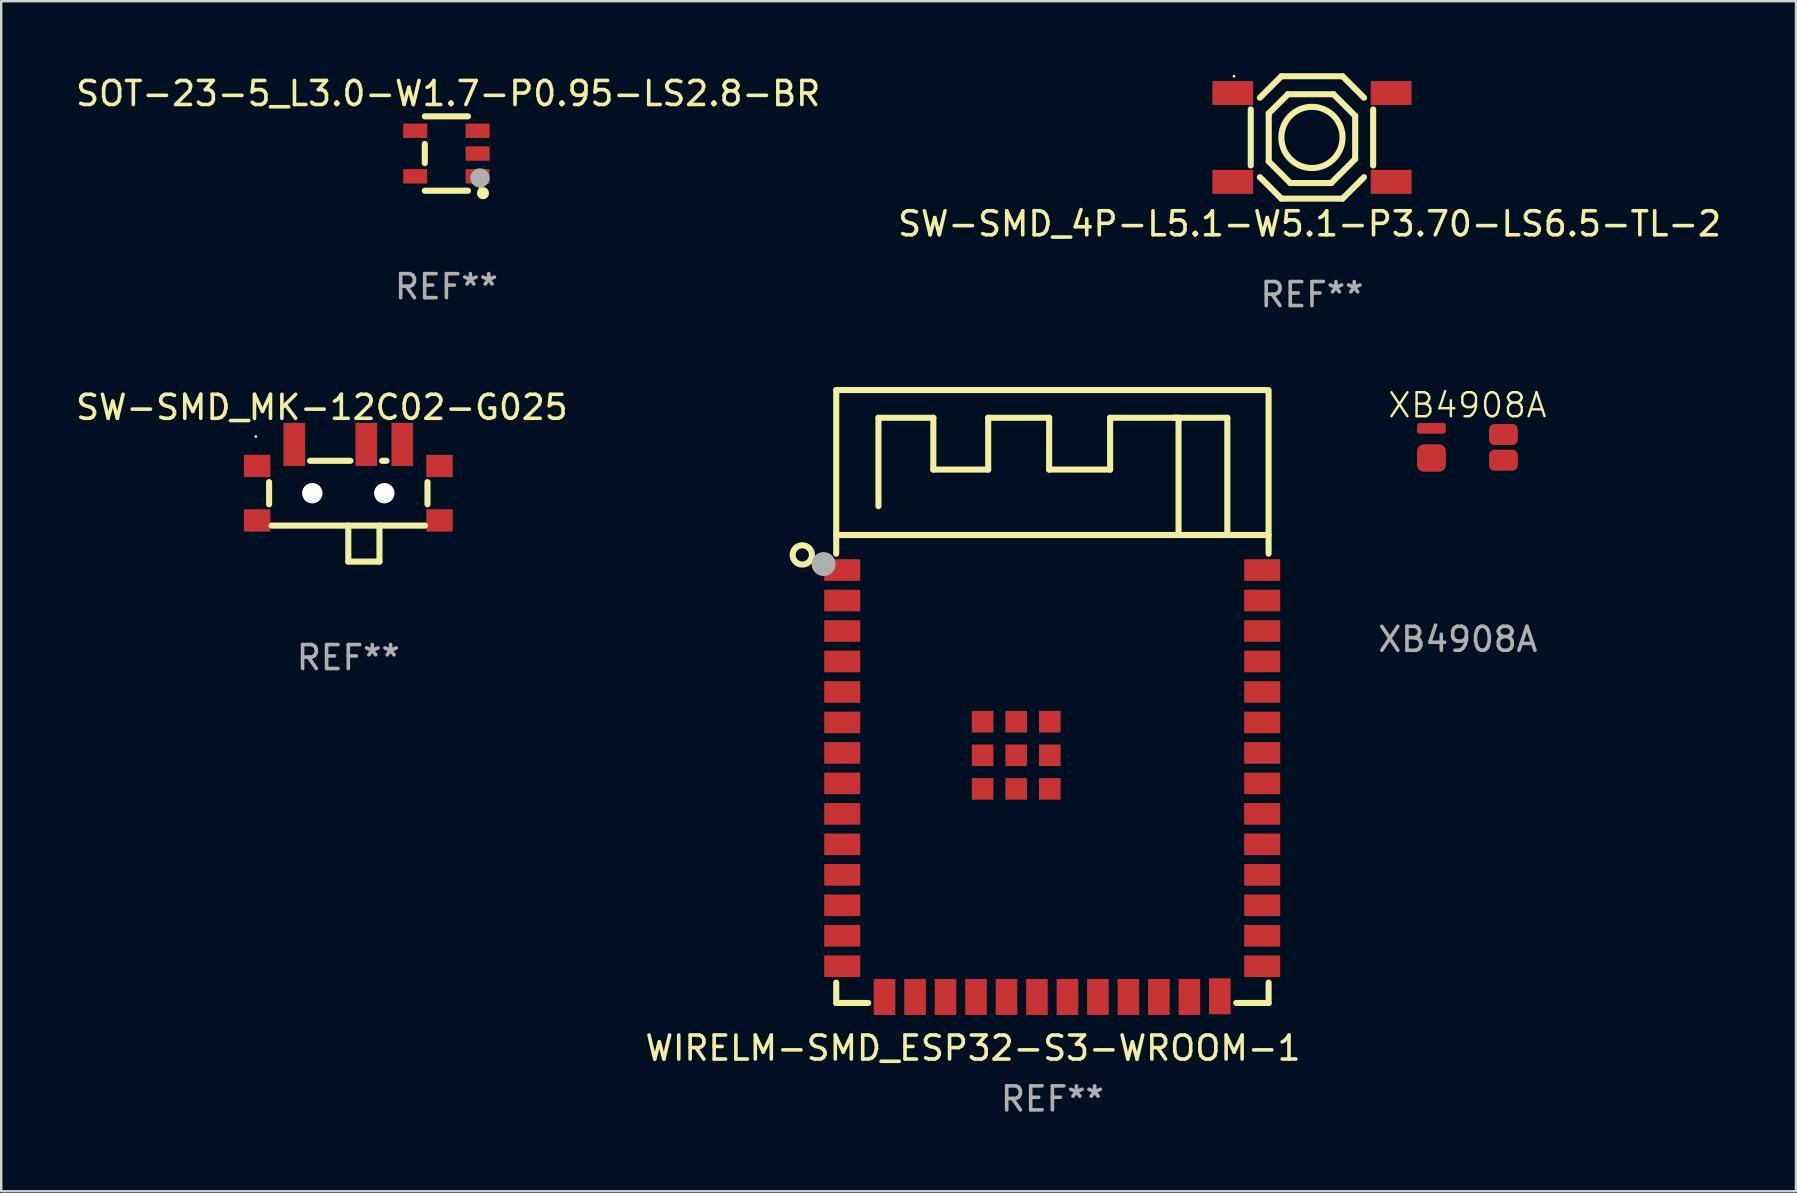
<source format=kicad_pcb>
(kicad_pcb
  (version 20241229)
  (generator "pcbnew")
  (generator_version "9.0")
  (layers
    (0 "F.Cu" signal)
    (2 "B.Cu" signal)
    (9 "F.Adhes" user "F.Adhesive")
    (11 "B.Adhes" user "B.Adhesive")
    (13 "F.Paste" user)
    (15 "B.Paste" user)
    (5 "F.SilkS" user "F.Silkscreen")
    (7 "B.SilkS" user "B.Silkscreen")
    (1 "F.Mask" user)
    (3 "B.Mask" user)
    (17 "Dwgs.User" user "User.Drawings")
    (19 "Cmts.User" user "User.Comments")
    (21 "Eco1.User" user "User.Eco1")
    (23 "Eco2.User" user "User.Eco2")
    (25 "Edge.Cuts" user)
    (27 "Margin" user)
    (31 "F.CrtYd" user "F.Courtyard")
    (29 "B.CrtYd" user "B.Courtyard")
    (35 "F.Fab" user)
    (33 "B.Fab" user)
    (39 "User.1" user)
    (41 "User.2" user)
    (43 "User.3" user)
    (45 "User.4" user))
  (footprint "SW-SMD_MK-12C02-G025"
    (layer "F.Cu")
    (at 11.463 17.053)
    (property "Reference" "SW-SMD_MK-12C02-G025" (at -1.1 -3.129 0) (layer "F.SilkS") (effects (font (size 1 1) (thickness 0.15))))
    (attr through_hole)
    (fp_line (start -3.3 0.91) (end -3.3 -0.014) (stroke (width 0.254) (type solid)) (layer "F.SilkS"))
    (fp_line (start -0.000127 3.298) (end -0.000127 1.798) (stroke (width 0.254) (type solid)) (layer "F.SilkS"))
    (fp_line (start 0.092 -0.902) (end -1.592 -0.902) (stroke (width 0.254) (type solid)) (layer "F.SilkS"))
    (fp_line (start 1.3 1.798) (end 1.3 3.298) (stroke (width 0.254) (type solid)) (layer "F.SilkS"))
    (fp_line (start 1.3 3.298) (end -0.000127 3.298) (stroke (width 0.254) (type solid)) (layer "F.SilkS"))
    (fp_line (start 1.592 -0.902) (end 1.408 -0.902) (stroke (width 0.254) (type solid)) (layer "F.SilkS"))
    (fp_line (start 3.2 1.798) (end -3.2 1.798) (stroke (width 0.254) (type solid)) (layer "F.SilkS"))
    (fp_line (start 3.3 0.91) (end 3.3 -0.014) (stroke (width 0.254) (type solid)) (layer "F.SilkS"))
    (fp_circle (center -3.853 -1.913) (end -3.823 -1.913) (stroke (width 0.06) (type solid)) (fill no) (layer "F.SilkS"))
    (fp_circle (center -1.5 0.448) (end -1.3 0.448) (stroke (width 0.4) (type solid)) (fill no) (layer "F.Fab"))
    (fp_circle (center 1.5 0.448) (end 1.7 0.448) (stroke (width 0.4) (type solid)) (fill no) (layer "F.Fab"))
    (fp_text user "REF**" (at 0 7.298 0) (layer "F.Fab") (effects (font (size 1 1) (thickness 0.15))))
    (pad "" np_thru_hole circle (at -1.5 0.448) (size 0.85 0.85) (drill 0.85) (layers "*.Cu" "*.Mask"))
    (pad "" np_thru_hole circle (at 1.5 0.448) (size 0.85 0.85) (drill 0.85) (layers "*.Cu" "*.Mask"))
    (pad "1" smd rect (at -2.25 -1.583) (size 0.9 1.8) (layers "F.Cu" "F.Mask" "F.Paste"))
    (pad "2" smd rect (at 0.75 -1.583) (size 0.9 1.8) (layers "F.Cu" "F.Mask" "F.Paste"))
    (pad "3" smd rect (at 2.25 -1.583) (size 0.9 1.8) (layers "F.Cu" "F.Mask" "F.Paste"))
    (pad "4" smd rect (at 3.8 -0.687) (size 1.1 0.93) (layers "F.Cu" "F.Mask" "F.Paste"))
    (pad "5" smd rect (at 3.8 1.583) (size 1.1 0.93) (layers "F.Cu" "F.Mask" "F.Paste"))
    (pad "6" smd rect (at -3.8 1.583) (size 1.1 0.93) (layers "F.Cu" "F.Mask" "F.Paste"))
    (pad "7" smd rect (at -3.8 -0.687) (size 1.1 0.93) (layers "F.Cu" "F.Mask" "F.Paste")))
  (footprint "WIRELM-SMD_ESP32-S3-WROOM-1"
    (layer "F.Cu")
    (at 40.794 29.598)
    (property "Reference" "WIRELM-SMD_ESP32-S3-WROOM-1" (at -3.3 11.025 0) (layer "F.SilkS") (effects (font (size 1 1) (thickness 0.15))))
    (attr through_hole)
    (fp_line (start -9 -16.395) (end -9 -9.576) (stroke (width 0.254) (type solid)) (layer "F.SilkS"))
    (fp_line (start -9 -10.355) (end 9.017 -10.355) (stroke (width 0.254) (type solid)) (layer "F.SilkS"))
    (fp_line (start -9 8.296) (end -9 9.144) (stroke (width 0.254) (type solid)) (layer "F.SilkS"))
    (fp_line (start -9 9.144) (end -7.666 9.144) (stroke (width 0.254) (type solid)) (layer "F.SilkS"))
    (fp_line (start -7.239 -15.24) (end -7.239 -11.557) (stroke (width 0.254) (type solid)) (layer "F.SilkS"))
    (fp_line (start -4.953 -15.24) (end -7.239 -15.24) (stroke (width 0.254) (type solid)) (layer "F.SilkS"))
    (fp_line (start -4.953 -13.081) (end -4.953 -15.24) (stroke (width 0.254) (type solid)) (layer "F.SilkS"))
    (fp_line (start -2.667 -15.24) (end -2.667 -13.081) (stroke (width 0.254) (type solid)) (layer "F.SilkS"))
    (fp_line (start -2.667 -13.081) (end -4.953 -13.081) (stroke (width 0.254) (type solid)) (layer "F.SilkS"))
    (fp_line (start -0.127 -15.24) (end -2.667 -15.24) (stroke (width 0.254) (type solid)) (layer "F.SilkS"))
    (fp_line (start -0.127 -13.081) (end -0.127 -15.24) (stroke (width 0.254) (type solid)) (layer "F.SilkS"))
    (fp_line (start 2.413 -15.24) (end 2.413 -13.081) (stroke (width 0.254) (type solid)) (layer "F.SilkS"))
    (fp_line (start 2.413 -13.081) (end -0.127 -13.081) (stroke (width 0.254) (type solid)) (layer "F.SilkS"))
    (fp_line (start 5.265 -15.24) (end 2.413 -15.24) (stroke (width 0.254) (type solid)) (layer "F.SilkS"))
    (fp_line (start 5.265 -10.355) (end 5.265 -15.24) (stroke (width 0.254) (type solid)) (layer "F.SilkS"))
    (fp_line (start 7.297 -15.24) (end 5.062 -15.24) (stroke (width 0.254) (type solid)) (layer "F.SilkS"))
    (fp_line (start 7.297 -10.355) (end 7.297 -15.24) (stroke (width 0.254) (type solid)) (layer "F.SilkS"))
    (fp_line (start 7.666 9.144) (end 9.017 9.144) (stroke (width 0.254) (type solid)) (layer "F.SilkS"))
    (fp_line (start 9 -16.395) (end -9 -16.395) (stroke (width 0.254) (type solid)) (layer "F.SilkS"))
    (fp_line (start 9.017 -9.576) (end 9.017 -16.383) (stroke (width 0.254) (type solid)) (layer "F.SilkS"))
    (fp_line (start 9.017 9.144) (end 9.017 8.296) (stroke (width 0.254) (type solid)) (layer "F.SilkS"))
    (fp_circle (center -10.414 -9.525) (end -10.012 -9.525) (stroke (width 0.254) (type solid)) (fill no) (layer "F.SilkS"))
    (fp_circle (center -9 -16.395) (end -8.97 -16.395) (stroke (width 0.06) (type solid)) (fill no) (layer "F.SilkS"))
    (fp_circle (center -9.525 -9.144) (end -9.275 -9.144) (stroke (width 0.5) (type solid)) (fill no) (layer "F.Fab"))
    (fp_text user "REF**" (at 0.008 13.144 0) (layer "F.Fab") (effects (font (size 1 1) (thickness 0.15))))
    (pad "1" smd rect (at -8.75 -8.895) (size 1.5 0.9) (layers "F.Cu" "F.Mask" "F.Paste"))
    (pad "2" smd rect (at -8.75 -7.625) (size 1.5 0.9) (layers "F.Cu" "F.Mask" "F.Paste"))
    (pad "3" smd rect (at -8.75 -6.355) (size 1.5 0.9) (layers "F.Cu" "F.Mask" "F.Paste"))
    (pad "4" smd rect (at -8.75 -5.085) (size 1.5 0.9) (layers "F.Cu" "F.Mask" "F.Paste"))
    (pad "5" smd rect (at -8.75 -3.815) (size 1.5 0.9) (layers "F.Cu" "F.Mask" "F.Paste"))
    (pad "6" smd rect (at -8.75 -2.545) (size 1.5 0.9) (layers "F.Cu" "F.Mask" "F.Paste"))
    (pad "7" smd rect (at -8.75 -1.275) (size 1.5 0.9) (layers "F.Cu" "F.Mask" "F.Paste"))
    (pad "8" smd rect (at -8.75 -0.005) (size 1.5 0.9) (layers "F.Cu" "F.Mask" "F.Paste"))
    (pad "9" smd rect (at -8.75 1.265) (size 1.5 0.9) (layers "F.Cu" "F.Mask" "F.Paste"))
    (pad "10" smd rect (at -8.75 2.535) (size 1.5 0.9) (layers "F.Cu" "F.Mask" "F.Paste"))
    (pad "11" smd rect (at -8.75 3.805) (size 1.5 0.9) (layers "F.Cu" "F.Mask" "F.Paste"))
    (pad "12" smd rect (at -8.75 5.075) (size 1.5 0.9) (layers "F.Cu" "F.Mask" "F.Paste"))
    (pad "13" smd rect (at -8.75 6.345) (size 1.5 0.9) (layers "F.Cu" "F.Mask" "F.Paste"))
    (pad "14" smd rect (at -8.75 7.615) (size 1.5 0.9) (layers "F.Cu" "F.Mask" "F.Paste"))
    (pad "15" smd rect (at -6.985 8.895 90) (size 1.5 0.9) (layers "F.Cu" "F.Mask" "F.Paste"))
    (pad "16" smd rect (at -5.715 8.895 90) (size 1.5 0.9) (layers "F.Cu" "F.Mask" "F.Paste"))
    (pad "17" smd rect (at -4.445 8.895 90) (size 1.5 0.9) (layers "F.Cu" "F.Mask" "F.Paste"))
    (pad "18" smd rect (at -3.175 8.895 90) (size 1.5 0.9) (layers "F.Cu" "F.Mask" "F.Paste"))
    (pad "19" smd rect (at -1.905 8.895 90) (size 1.5 0.9) (layers "F.Cu" "F.Mask" "F.Paste"))
    (pad "20" smd rect (at -0.635 8.895 90) (size 1.5 0.9) (layers "F.Cu" "F.Mask" "F.Paste"))
    (pad "21" smd rect (at 0.635 8.895 90) (size 1.5 0.9) (layers "F.Cu" "F.Mask" "F.Paste"))
    (pad "22" smd rect (at 1.905 8.895 90) (size 1.5 0.9) (layers "F.Cu" "F.Mask" "F.Paste"))
    (pad "23" smd rect (at 3.175 8.895 90) (size 1.5 0.9) (layers "F.Cu" "F.Mask" "F.Paste"))
    (pad "24" smd rect (at 4.445 8.895 90) (size 1.5 0.9) (layers "F.Cu" "F.Mask" "F.Paste"))
    (pad "25" smd rect (at 5.715 8.895 90) (size 1.5 0.9) (layers "F.Cu" "F.Mask" "F.Paste"))
    (pad "26" smd rect (at 6.985 8.865 90) (size 1.5 0.9) (layers "F.Cu" "F.Mask" "F.Paste"))
    (pad "27" smd rect (at 8.75 7.615 180) (size 1.5 0.9) (layers "F.Cu" "F.Mask" "F.Paste"))
    (pad "28" smd rect (at 8.75 6.345 180) (size 1.5 0.9) (layers "F.Cu" "F.Mask" "F.Paste"))
    (pad "29" smd rect (at 8.75 5.075 180) (size 1.5 0.9) (layers "F.Cu" "F.Mask" "F.Paste"))
    (pad "30" smd rect (at 8.75 3.805 180) (size 1.5 0.9) (layers "F.Cu" "F.Mask" "F.Paste"))
    (pad "31" smd rect (at 8.75 2.535 180) (size 1.5 0.9) (layers "F.Cu" "F.Mask" "F.Paste"))
    (pad "32" smd rect (at 8.75 1.265 180) (size 1.5 0.9) (layers "F.Cu" "F.Mask" "F.Paste"))
    (pad "33" smd rect (at 8.75 -0.005 180) (size 1.5 0.9) (layers "F.Cu" "F.Mask" "F.Paste"))
    (pad "34" smd rect (at 8.75 -1.275 180) (size 1.5 0.9) (layers "F.Cu" "F.Mask" "F.Paste"))
    (pad "35" smd rect (at 8.75 -2.545 180) (size 1.5 0.9) (layers "F.Cu" "F.Mask" "F.Paste"))
    (pad "36" smd rect (at 8.75 -3.815 180) (size 1.5 0.9) (layers "F.Cu" "F.Mask" "F.Paste"))
    (pad "37" smd rect (at 8.75 -5.085 180) (size 1.5 0.9) (layers "F.Cu" "F.Mask" "F.Paste"))
    (pad "38" smd rect (at 8.75 -6.355 180) (size 1.5 0.9) (layers "F.Cu" "F.Mask" "F.Paste"))
    (pad "39" smd rect (at 8.75 -7.625 180) (size 1.5 0.9) (layers "F.Cu" "F.Mask" "F.Paste"))
    (pad "40" smd rect (at 8.75 -8.895 180) (size 1.5 0.9) (layers "F.Cu" "F.Mask" "F.Paste"))
    (pad "41" smd rect (at -2.9 -2.575 90) (size 0.9 0.9) (layers "F.Cu" "F.Mask" "F.Paste"))
    (pad "41" smd rect (at -2.9 -1.175 90) (size 0.9 0.9) (layers "F.Cu" "F.Mask" "F.Paste"))
    (pad "41" smd rect (at -2.9 0.225 90) (size 0.9 0.9) (layers "F.Cu" "F.Mask" "F.Paste"))
    (pad "41" smd rect (at -1.5 -2.575 90) (size 0.9 0.9) (layers "F.Cu" "F.Mask" "F.Paste"))
    (pad "41" smd rect (at -1.5 -1.175 90) (size 0.9 0.9) (layers "F.Cu" "F.Mask" "F.Paste"))
    (pad "41" smd rect (at -1.5 0.225 90) (size 0.9 0.9) (layers "F.Cu" "F.Mask" "F.Paste"))
    (pad "41" smd rect (at -0.1 -2.575 90) (size 0.9 0.9) (layers "F.Cu" "F.Mask" "F.Paste"))
    (pad "41" smd rect (at -0.1 -1.175 90) (size 0.9 0.9) (layers "F.Cu" "F.Mask" "F.Paste"))
    (pad "41" smd rect (at -0.1 0.225 90) (size 0.9 0.9) (layers "F.Cu" "F.Mask" "F.Paste")))
  (footprint "SOT-23-5_L3.0-W1.7-P0.95-LS2.8-BR"
    (layer "F.Cu")
    (at 15.551 3.348)
    (property "Reference" "SOT-23-5_L3.0-W1.7-P0.95-LS2.8-BR" (at 0.074 -2.5 0) (layer "F.SilkS") (effects (font (size 1 1) (thickness 0.15))))
    (attr through_hole)
    (fp_line (start -0.9 -1.55) (end 0.9 -1.55) (stroke (width 0.254) (type solid)) (layer "F.SilkS"))
    (fp_line (start -0.9 0.4) (end -0.9 -0.4) (stroke (width 0.254) (type solid)) (layer "F.SilkS"))
    (fp_line (start -0.9 1.55) (end 0.9 1.55) (stroke (width 0.254) (type solid)) (layer "F.SilkS"))
    (fp_circle (center 1.4 1.45) (end 1.43 1.45) (stroke (width 0.06) (type solid)) (fill no) (layer "F.SilkS"))
    (fp_circle (center 1.524 1.651) (end 1.651 1.651) (stroke (width 0.254) (type solid)) (fill no) (layer "F.SilkS"))
    (fp_circle (center 1.397 1.016) (end 1.597 1.016) (stroke (width 0.4) (type solid)) (fill no) (layer "F.Fab"))
    (fp_text user "REF**" (at 0 5.55 0) (layer "F.Fab") (effects (font (size 1 1) (thickness 0.15))))
    (pad "1" smd rect (at 1.3 0.95) (size 1 0.6) (layers "F.Cu" "F.Mask" "F.Paste"))
    (pad "2" smd rect (at 1.3 0) (size 1 0.6) (layers "F.Cu" "F.Mask" "F.Paste"))
    (pad "3" smd rect (at 1.3 -0.95) (size 1 0.6) (layers "F.Cu" "F.Mask" "F.Paste"))
    (pad "4" smd rect (at -1.3 -0.95) (size 1 0.6) (layers "F.Cu" "F.Mask" "F.Paste"))
    (pad "5" smd rect (at -1.3 0.95) (size 1 0.6) (layers "F.Cu" "F.Mask" "F.Paste")))
  (footprint "SW-SMD_4P-L5.1-W5.1-P3.70-LS6.5-TL-2"
    (layer "F.Cu")
    (at 51.618 2.677)
    (property "Reference" "SW-SMD_4P-L5.1-W5.1-P3.70-LS6.5-TL-2" (at -0.1 3.6 180) (layer "F.SilkS") (effects (font (size 1 1) (thickness 0.15))))
    (attr through_hole)
    (fp_line (start -2.55 -1.168) (end -2.55 1.168) (stroke (width 0.254) (type solid)) (layer "F.SilkS"))
    (fp_line (start -2.17 1.655) (end -1.275 2.55) (stroke (width 0.254) (type solid)) (layer "F.SilkS"))
    (fp_line (start -1.801 -1.001) (end -1.001 -1.801) (stroke (width 0.254) (type solid)) (layer "F.SilkS"))
    (fp_line (start -1.801 0.998) (end -1.801 -1.001) (stroke (width 0.254) (type solid)) (layer "F.SilkS"))
    (fp_line (start -1.275 -2.55) (end -2.17 -1.655) (stroke (width 0.254) (type solid)) (layer "F.SilkS"))
    (fp_line (start -1.275 -2.55) (end 1.275 -2.55) (stroke (width 0.254) (type solid)) (layer "F.SilkS"))
    (fp_line (start -1.275 2.55) (end 1.275 2.55) (stroke (width 0.254) (type solid)) (layer "F.SilkS"))
    (fp_line (start -1.001 -1.801) (end 0.899 -1.801) (stroke (width 0.254) (type solid)) (layer "F.SilkS"))
    (fp_line (start -0.899 1.9) (end -1.801 0.998) (stroke (width 0.254) (type solid)) (layer "F.SilkS"))
    (fp_line (start 0.8 1.9) (end -0.899 1.9) (stroke (width 0.254) (type solid)) (layer "F.SilkS"))
    (fp_line (start 0.899 -1.801) (end 1.801 -0.899) (stroke (width 0.254) (type solid)) (layer "F.SilkS"))
    (fp_line (start 1.275 -2.55) (end 2.17 -1.655) (stroke (width 0.254) (type solid)) (layer "F.SilkS"))
    (fp_line (start 1.801 -0.899) (end 1.801 0.899) (stroke (width 0.254) (type solid)) (layer "F.SilkS"))
    (fp_line (start 1.801 0.899) (end 0.8 1.9) (stroke (width 0.254) (type solid)) (layer "F.SilkS"))
    (fp_line (start 2.17 1.655) (end 1.275 2.55) (stroke (width 0.254) (type solid)) (layer "F.SilkS"))
    (fp_line (start 2.55 -1.168) (end 2.55 1.168) (stroke (width 0.254) (type solid)) (layer "F.SilkS"))
    (fp_circle (center -3.25 -2.55) (end -3.22 -2.55) (stroke (width 0.06) (type solid)) (fill no) (layer "F.SilkS"))
    (fp_circle (center 0 0) (end 1.275 0) (stroke (width 0.254) (type solid)) (fill no) (layer "F.SilkS"))
    (fp_text user "REF**" (at 0 6.55 180) (layer "F.Fab") (effects (font (size 1 1) (thickness 0.15))))
    (pad "1" smd rect (at -3.3 -1.85) (size 1.7 1) (layers "F.Cu" "F.Mask" "F.Paste"))
    (pad "2" smd rect (at 3.3 -1.85) (size 1.7 1) (layers "F.Cu" "F.Mask" "F.Paste"))
    (pad "3" smd rect (at -3.3 1.85) (size 1.7 1) (layers "F.Cu" "F.Mask" "F.Paste"))
    (pad "4" smd rect (at 3.3 1.85) (size 1.7 1) (layers "F.Cu" "F.Mask" "F.Paste")))
  (footprint "XB4908A"
    (layer "F.Cu")
    (at 58.096 15.591)
    (property "Reference" "XB4908A" (at 0 -1.755 0) (unlocked yes) (layer "F.SilkS") (effects (font (size 1 1) (thickness 0.1))))
    (attr smd)
    (fp_text user "${REFERENCE}" (at -0.4 8 0) (unlocked yes) (layer "F.Fab") (effects (font (size 1 1) (thickness 0.15))))
    (pad "1" smd roundrect (at -1.5 -0.793) (size 1.2 0.45) (layers "F.Cu" "F.Mask" "F.Paste") (roundrect_rratio 0.25))
    (pad "2" smd roundrect (at -1.5 0.445) (size 1.2 1.146) (layers "F.Cu" "F.Mask" "F.Paste") (roundrect_rratio 0.25))
    (pad "3" smd roundrect (at 1.5 0.536) (size 1.2 0.873) (layers "F.Cu" "F.Mask" "F.Paste") (roundrect_rratio 0.25))
    (pad "4" smd roundrect (at 1.5 -0.536) (size 1.2 0.873) (layers "F.Cu" "F.Mask" "F.Paste") (roundrect_rratio 0.25)))
  (gr_rect
    (start -3 -3)
    (end 71.786 46.59)
    (stroke (width 0.1) (type default))
    (fill no)
    (layer "Edge.Cuts")))
</source>
